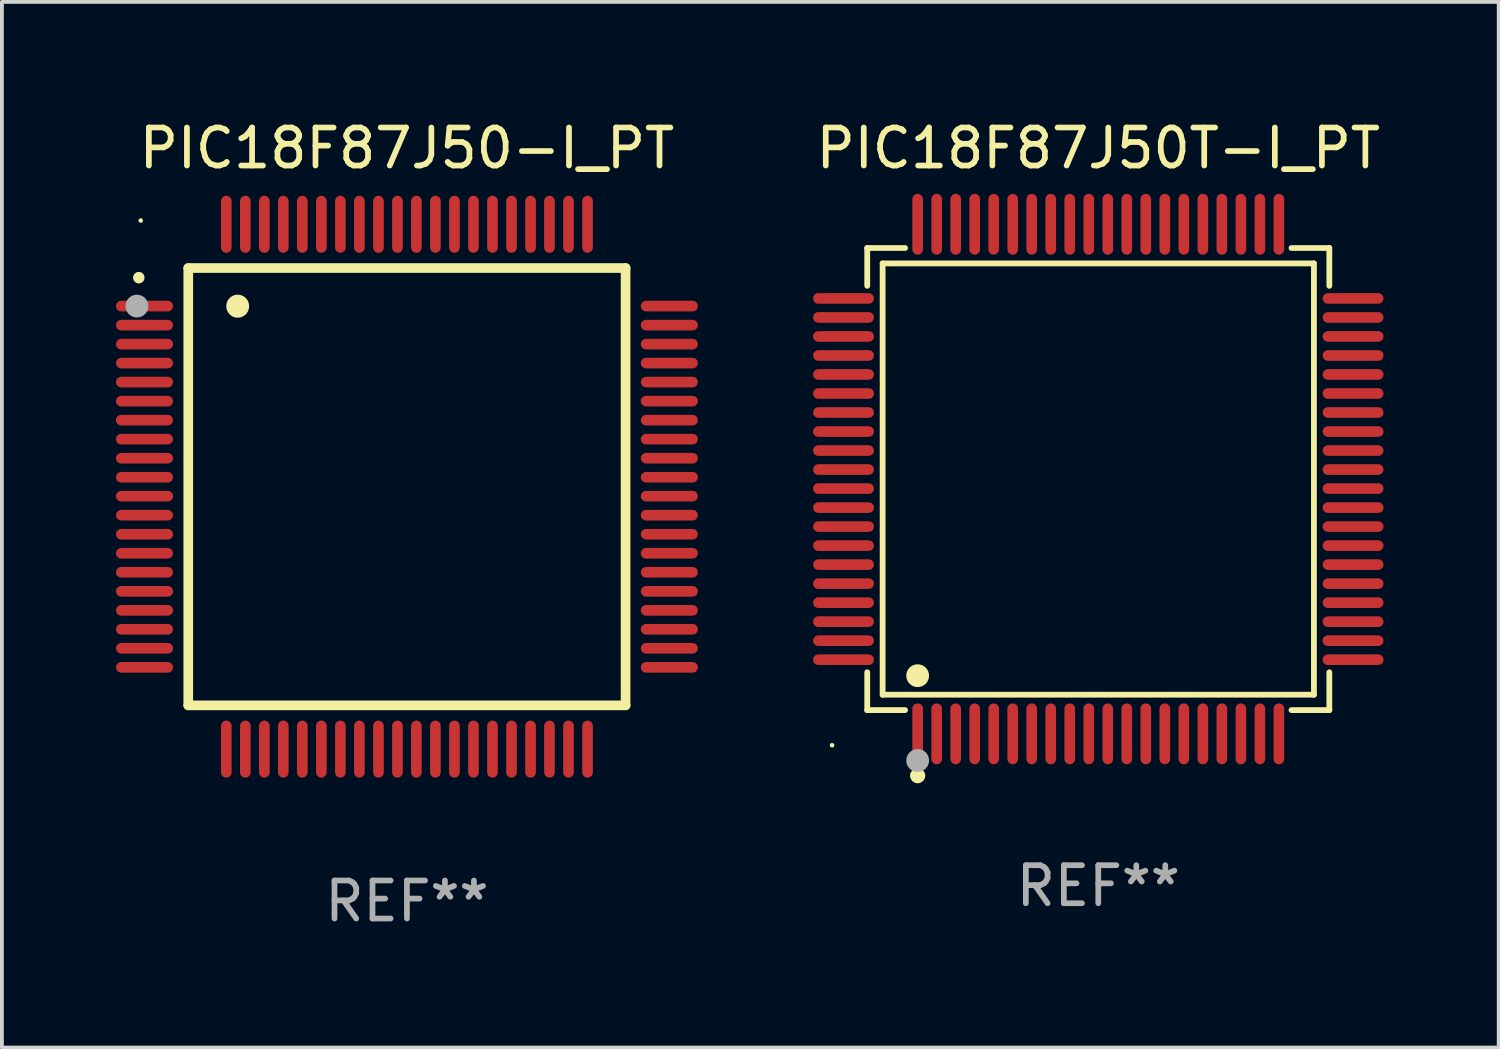
<source format=kicad_pcb>
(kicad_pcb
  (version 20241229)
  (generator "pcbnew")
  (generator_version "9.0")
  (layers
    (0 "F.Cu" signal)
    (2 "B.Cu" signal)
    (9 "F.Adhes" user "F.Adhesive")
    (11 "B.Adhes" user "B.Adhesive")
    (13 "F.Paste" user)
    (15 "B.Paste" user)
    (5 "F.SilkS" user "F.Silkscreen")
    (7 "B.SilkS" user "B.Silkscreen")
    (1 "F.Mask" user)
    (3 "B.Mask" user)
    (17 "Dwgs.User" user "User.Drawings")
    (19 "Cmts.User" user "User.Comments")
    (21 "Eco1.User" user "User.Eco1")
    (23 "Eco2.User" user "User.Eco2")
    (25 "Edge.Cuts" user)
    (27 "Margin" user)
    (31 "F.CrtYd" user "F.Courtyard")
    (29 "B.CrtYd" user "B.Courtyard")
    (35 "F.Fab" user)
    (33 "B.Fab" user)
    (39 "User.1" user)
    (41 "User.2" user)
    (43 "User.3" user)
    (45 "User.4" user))
  (footprint "PIC18F87J50T-I_PT"
    (layer "F.Cu")
    (at 25.832 9.548)
    (property "Reference" "PIC18F87J50T-I_PT" (at 0 -8.7 0) (layer "F.SilkS") (effects (font (size 1 1) (thickness 0.15))))
    (attr through_hole)
    (fp_line (start -6.076 -6.076) (end -5.081 -6.076) (stroke (width 0.152) (type solid)) (layer "F.SilkS"))
    (fp_line (start -6.076 -5.081) (end -6.076 -6.076) (stroke (width 0.152) (type solid)) (layer "F.SilkS"))
    (fp_line (start -6.076 5.081) (end -6.076 6.076) (stroke (width 0.152) (type solid)) (layer "F.SilkS"))
    (fp_line (start -6.076 6.076) (end -5.081 6.076) (stroke (width 0.152) (type solid)) (layer "F.SilkS"))
    (fp_line (start -5.671 -5.671) (end 5.671 -5.671) (stroke (width 0.152) (type solid)) (layer "F.SilkS"))
    (fp_line (start -5.671 5.671) (end -5.671 -5.671) (stroke (width 0.152) (type solid)) (layer "F.SilkS"))
    (fp_line (start 5.671 -5.671) (end 5.671 5.671) (stroke (width 0.152) (type solid)) (layer "F.SilkS"))
    (fp_line (start 5.671 5.671) (end -5.671 5.671) (stroke (width 0.152) (type solid)) (layer "F.SilkS"))
    (fp_line (start 6.076 -6.076) (end 5.081 -6.076) (stroke (width 0.152) (type solid)) (layer "F.SilkS"))
    (fp_line (start 6.076 -5.081) (end 6.076 -6.076) (stroke (width 0.152) (type solid)) (layer "F.SilkS"))
    (fp_line (start 6.076 5.081) (end 6.076 6.076) (stroke (width 0.152) (type solid)) (layer "F.SilkS"))
    (fp_line (start 6.076 6.076) (end 5.081 6.076) (stroke (width 0.152) (type solid)) (layer "F.SilkS"))
    (fp_circle (center -7 7) (end -6.97 7) (stroke (width 0.06) (type solid)) (fill no) (layer "F.SilkS"))
    (fp_circle (center -4.75 5.171) (end -4.6 5.171) (stroke (width 0.3) (type solid)) (fill no) (layer "F.SilkS"))
    (fp_circle (center -4.75 7.8) (end -4.65 7.8) (stroke (width 0.2) (type solid)) (fill no) (layer "F.SilkS"))
    (fp_circle (center -4.75 7.4) (end -4.6 7.4) (stroke (width 0.3) (type solid)) (fill no) (layer "F.Fab"))
    (fp_text user "REF**" (at 0 10.7 0) (layer "F.Fab") (effects (font (size 1 1) (thickness 0.15))))
    (pad "1" smd oval (at -4.75 6.7) (size 0.28 1.6) (layers "F.Cu" "F.Mask" "F.Paste"))
    (pad "2" smd oval (at -4.25 6.7) (size 0.28 1.6) (layers "F.Cu" "F.Mask" "F.Paste"))
    (pad "3" smd oval (at -3.75 6.7) (size 0.28 1.6) (layers "F.Cu" "F.Mask" "F.Paste"))
    (pad "4" smd oval (at -3.25 6.7) (size 0.28 1.6) (layers "F.Cu" "F.Mask" "F.Paste"))
    (pad "5" smd oval (at -2.75 6.7) (size 0.28 1.6) (layers "F.Cu" "F.Mask" "F.Paste"))
    (pad "6" smd oval (at -2.25 6.7) (size 0.28 1.6) (layers "F.Cu" "F.Mask" "F.Paste"))
    (pad "7" smd oval (at -1.75 6.7) (size 0.28 1.6) (layers "F.Cu" "F.Mask" "F.Paste"))
    (pad "8" smd oval (at -1.25 6.7) (size 0.28 1.6) (layers "F.Cu" "F.Mask" "F.Paste"))
    (pad "9" smd oval (at -0.75 6.7) (size 0.28 1.6) (layers "F.Cu" "F.Mask" "F.Paste"))
    (pad "10" smd oval (at -0.25 6.7) (size 0.28 1.6) (layers "F.Cu" "F.Mask" "F.Paste"))
    (pad "11" smd oval (at 0.25 6.7) (size 0.28 1.6) (layers "F.Cu" "F.Mask" "F.Paste"))
    (pad "12" smd oval (at 0.75 6.7) (size 0.28 1.6) (layers "F.Cu" "F.Mask" "F.Paste"))
    (pad "13" smd oval (at 1.25 6.7) (size 0.28 1.6) (layers "F.Cu" "F.Mask" "F.Paste"))
    (pad "14" smd oval (at 1.75 6.7) (size 0.28 1.6) (layers "F.Cu" "F.Mask" "F.Paste"))
    (pad "15" smd oval (at 2.25 6.7) (size 0.28 1.6) (layers "F.Cu" "F.Mask" "F.Paste"))
    (pad "16" smd oval (at 2.75 6.7) (size 0.28 1.6) (layers "F.Cu" "F.Mask" "F.Paste"))
    (pad "17" smd oval (at 3.25 6.7) (size 0.28 1.6) (layers "F.Cu" "F.Mask" "F.Paste"))
    (pad "18" smd oval (at 3.75 6.7) (size 0.28 1.6) (layers "F.Cu" "F.Mask" "F.Paste"))
    (pad "19" smd oval (at 4.25 6.7) (size 0.28 1.6) (layers "F.Cu" "F.Mask" "F.Paste"))
    (pad "20" smd oval (at 4.75 6.7) (size 0.28 1.6) (layers "F.Cu" "F.Mask" "F.Paste"))
    (pad "21" smd oval (at 6.7 4.75) (size 1.6 0.28) (layers "F.Cu" "F.Mask" "F.Paste"))
    (pad "22" smd oval (at 6.7 4.25) (size 1.6 0.28) (layers "F.Cu" "F.Mask" "F.Paste"))
    (pad "23" smd oval (at 6.7 3.75) (size 1.6 0.28) (layers "F.Cu" "F.Mask" "F.Paste"))
    (pad "24" smd oval (at 6.7 3.25) (size 1.6 0.28) (layers "F.Cu" "F.Mask" "F.Paste"))
    (pad "25" smd oval (at 6.7 2.75) (size 1.6 0.28) (layers "F.Cu" "F.Mask" "F.Paste"))
    (pad "26" smd oval (at 6.7 2.25) (size 1.6 0.28) (layers "F.Cu" "F.Mask" "F.Paste"))
    (pad "27" smd oval (at 6.7 1.75) (size 1.6 0.28) (layers "F.Cu" "F.Mask" "F.Paste"))
    (pad "28" smd oval (at 6.7 1.25) (size 1.6 0.28) (layers "F.Cu" "F.Mask" "F.Paste"))
    (pad "29" smd oval (at 6.7 0.75) (size 1.6 0.28) (layers "F.Cu" "F.Mask" "F.Paste"))
    (pad "30" smd oval (at 6.7 0.25) (size 1.6 0.28) (layers "F.Cu" "F.Mask" "F.Paste"))
    (pad "31" smd oval (at 6.7 -0.25) (size 1.6 0.28) (layers "F.Cu" "F.Mask" "F.Paste"))
    (pad "32" smd oval (at 6.7 -0.75) (size 1.6 0.28) (layers "F.Cu" "F.Mask" "F.Paste"))
    (pad "33" smd oval (at 6.7 -1.25) (size 1.6 0.28) (layers "F.Cu" "F.Mask" "F.Paste"))
    (pad "34" smd oval (at 6.7 -1.75) (size 1.6 0.28) (layers "F.Cu" "F.Mask" "F.Paste"))
    (pad "35" smd oval (at 6.7 -2.25) (size 1.6 0.28) (layers "F.Cu" "F.Mask" "F.Paste"))
    (pad "36" smd oval (at 6.7 -2.75) (size 1.6 0.28) (layers "F.Cu" "F.Mask" "F.Paste"))
    (pad "37" smd oval (at 6.7 -3.25) (size 1.6 0.28) (layers "F.Cu" "F.Mask" "F.Paste"))
    (pad "38" smd oval (at 6.7 -3.75) (size 1.6 0.28) (layers "F.Cu" "F.Mask" "F.Paste"))
    (pad "39" smd oval (at 6.7 -4.25) (size 1.6 0.28) (layers "F.Cu" "F.Mask" "F.Paste"))
    (pad "40" smd oval (at 6.7 -4.75) (size 1.6 0.28) (layers "F.Cu" "F.Mask" "F.Paste"))
    (pad "41" smd oval (at 4.75 -6.7) (size 0.28 1.6) (layers "F.Cu" "F.Mask" "F.Paste"))
    (pad "42" smd oval (at 4.25 -6.7) (size 0.28 1.6) (layers "F.Cu" "F.Mask" "F.Paste"))
    (pad "43" smd oval (at 3.75 -6.7) (size 0.28 1.6) (layers "F.Cu" "F.Mask" "F.Paste"))
    (pad "44" smd oval (at 3.25 -6.7) (size 0.28 1.6) (layers "F.Cu" "F.Mask" "F.Paste"))
    (pad "45" smd oval (at 2.75 -6.7) (size 0.28 1.6) (layers "F.Cu" "F.Mask" "F.Paste"))
    (pad "46" smd oval (at 2.25 -6.7) (size 0.28 1.6) (layers "F.Cu" "F.Mask" "F.Paste"))
    (pad "47" smd oval (at 1.75 -6.7) (size 0.28 1.6) (layers "F.Cu" "F.Mask" "F.Paste"))
    (pad "48" smd oval (at 1.25 -6.7) (size 0.28 1.6) (layers "F.Cu" "F.Mask" "F.Paste"))
    (pad "49" smd oval (at 0.75 -6.7) (size 0.28 1.6) (layers "F.Cu" "F.Mask" "F.Paste"))
    (pad "50" smd oval (at 0.25 -6.7) (size 0.28 1.6) (layers "F.Cu" "F.Mask" "F.Paste"))
    (pad "51" smd oval (at -0.25 -6.7) (size 0.28 1.6) (layers "F.Cu" "F.Mask" "F.Paste"))
    (pad "52" smd oval (at -0.75 -6.7) (size 0.28 1.6) (layers "F.Cu" "F.Mask" "F.Paste"))
    (pad "53" smd oval (at -1.25 -6.7) (size 0.28 1.6) (layers "F.Cu" "F.Mask" "F.Paste"))
    (pad "54" smd oval (at -1.75 -6.7) (size 0.28 1.6) (layers "F.Cu" "F.Mask" "F.Paste"))
    (pad "55" smd oval (at -2.25 -6.7) (size 0.28 1.6) (layers "F.Cu" "F.Mask" "F.Paste"))
    (pad "56" smd oval (at -2.75 -6.7) (size 0.28 1.6) (layers "F.Cu" "F.Mask" "F.Paste"))
    (pad "57" smd oval (at -3.25 -6.7) (size 0.28 1.6) (layers "F.Cu" "F.Mask" "F.Paste"))
    (pad "58" smd oval (at -3.75 -6.7) (size 0.28 1.6) (layers "F.Cu" "F.Mask" "F.Paste"))
    (pad "59" smd oval (at -4.25 -6.7) (size 0.28 1.6) (layers "F.Cu" "F.Mask" "F.Paste"))
    (pad "60" smd oval (at -4.75 -6.7) (size 0.28 1.6) (layers "F.Cu" "F.Mask" "F.Paste"))
    (pad "61" smd oval (at -6.7 -4.75) (size 1.6 0.28) (layers "F.Cu" "F.Mask" "F.Paste"))
    (pad "62" smd oval (at -6.7 -4.25) (size 1.6 0.28) (layers "F.Cu" "F.Mask" "F.Paste"))
    (pad "63" smd oval (at -6.7 -3.75) (size 1.6 0.28) (layers "F.Cu" "F.Mask" "F.Paste"))
    (pad "64" smd oval (at -6.7 -3.25) (size 1.6 0.28) (layers "F.Cu" "F.Mask" "F.Paste"))
    (pad "65" smd oval (at -6.7 -2.75) (size 1.6 0.28) (layers "F.Cu" "F.Mask" "F.Paste"))
    (pad "66" smd oval (at -6.7 -2.25) (size 1.6 0.28) (layers "F.Cu" "F.Mask" "F.Paste"))
    (pad "67" smd oval (at -6.7 -1.75) (size 1.6 0.28) (layers "F.Cu" "F.Mask" "F.Paste"))
    (pad "68" smd oval (at -6.7 -1.25) (size 1.6 0.28) (layers "F.Cu" "F.Mask" "F.Paste"))
    (pad "69" smd oval (at -6.7 -0.75) (size 1.6 0.28) (layers "F.Cu" "F.Mask" "F.Paste"))
    (pad "70" smd oval (at -6.7 -0.25) (size 1.6 0.28) (layers "F.Cu" "F.Mask" "F.Paste"))
    (pad "71" smd oval (at -6.7 0.25) (size 1.6 0.28) (layers "F.Cu" "F.Mask" "F.Paste"))
    (pad "72" smd oval (at -6.7 0.75) (size 1.6 0.28) (layers "F.Cu" "F.Mask" "F.Paste"))
    (pad "73" smd oval (at -6.7 1.25) (size 1.6 0.28) (layers "F.Cu" "F.Mask" "F.Paste"))
    (pad "74" smd oval (at -6.7 1.75) (size 1.6 0.28) (layers "F.Cu" "F.Mask" "F.Paste"))
    (pad "75" smd oval (at -6.7 2.25) (size 1.6 0.28) (layers "F.Cu" "F.Mask" "F.Paste"))
    (pad "76" smd oval (at -6.7 2.75) (size 1.6 0.28) (layers "F.Cu" "F.Mask" "F.Paste"))
    (pad "77" smd oval (at -6.7 3.25) (size 1.6 0.28) (layers "F.Cu" "F.Mask" "F.Paste"))
    (pad "78" smd oval (at -6.7 3.75) (size 1.6 0.28) (layers "F.Cu" "F.Mask" "F.Paste"))
    (pad "79" smd oval (at -6.7 4.25) (size 1.6 0.28) (layers "F.Cu" "F.Mask" "F.Paste"))
    (pad "80" smd oval (at -6.7 4.75) (size 1.6 0.28) (layers "F.Cu" "F.Mask" "F.Paste")))
  (footprint "PIC18F87J50-I_PT"
    (layer "F.Cu")
    (at 7.651 9.749)
    (property "Reference" "PIC18F87J50-I_PT" (at 0 -8.901 0) (layer "F.SilkS") (effects (font (size 1 1) (thickness 0.15))))
    (attr through_hole)
    (fp_line (start -5.75 -5.75) (end 5.75 -5.75) (stroke (width 0.254) (type solid)) (layer "F.SilkS"))
    (fp_line (start -5.75 5.75) (end -5.75 -5.75) (stroke (width 0.254) (type solid)) (layer "F.SilkS"))
    (fp_line (start 5.75 -5.75) (end 5.75 5.75) (stroke (width 0.254) (type solid)) (layer "F.SilkS"))
    (fp_line (start 5.75 5.75) (end -5.75 5.75) (stroke (width 0.254) (type solid)) (layer "F.SilkS"))
    (fp_arc (start -7.05108 -5.496546) (mid -7.051085 -5.497816) (end -7.05108 -5.499086) (stroke (width 0.3) (type solid)) (layer "F.SilkS"))
    (fp_arc (start -4.450114 -4.744704) (mid -4.450125 -4.747244) (end -4.450114 -4.749784) (stroke (width 0.6) (type solid)) (layer "F.SilkS"))
    (fp_circle (center -7 -7) (end -6.97 -7) (stroke (width 0.06) (type solid)) (fill no) (layer "F.SilkS"))
    (fp_circle (center -7.1 -4.75) (end -6.95 -4.75) (stroke (width 0.3) (type solid)) (fill no) (layer "F.Fab"))
    (fp_text user "REF**" (at 0 10.901 0) (layer "F.Fab") (effects (font (size 1 1) (thickness 0.15))))
    (pad "1" smd oval (at -6.901 -4.75 90) (size 0.28 1.5) (layers "F.Cu" "F.Mask" "F.Paste"))
    (pad "2" smd oval (at -6.901 -4.249 90) (size 0.28 1.5) (layers "F.Cu" "F.Mask" "F.Paste"))
    (pad "3" smd oval (at -6.901 -3.749 90) (size 0.28 1.5) (layers "F.Cu" "F.Mask" "F.Paste"))
    (pad "4" smd oval (at -6.901 -3.251 90) (size 0.28 1.5) (layers "F.Cu" "F.Mask" "F.Paste"))
    (pad "5" smd oval (at -6.901 -2.751 90) (size 0.28 1.5) (layers "F.Cu" "F.Mask" "F.Paste"))
    (pad "6" smd oval (at -6.901 -2.25 90) (size 0.28 1.5) (layers "F.Cu" "F.Mask" "F.Paste"))
    (pad "7" smd oval (at -6.901 -1.75 90) (size 0.28 1.5) (layers "F.Cu" "F.Mask" "F.Paste"))
    (pad "8" smd oval (at -6.901 -1.25 90) (size 0.28 1.5) (layers "F.Cu" "F.Mask" "F.Paste"))
    (pad "9" smd oval (at -6.901 -0.749 90) (size 0.28 1.5) (layers "F.Cu" "F.Mask" "F.Paste"))
    (pad "10" smd oval (at -6.901 -0.249 90) (size 0.28 1.5) (layers "F.Cu" "F.Mask" "F.Paste"))
    (pad "11" smd oval (at -6.901 0.249 90) (size 0.28 1.5) (layers "F.Cu" "F.Mask" "F.Paste"))
    (pad "12" smd oval (at -6.901 0.749 90) (size 0.28 1.5) (layers "F.Cu" "F.Mask" "F.Paste"))
    (pad "13" smd oval (at -6.901 1.25 90) (size 0.28 1.5) (layers "F.Cu" "F.Mask" "F.Paste"))
    (pad "14" smd oval (at -6.901 1.75 90) (size 0.28 1.5) (layers "F.Cu" "F.Mask" "F.Paste"))
    (pad "15" smd oval (at -6.901 2.25 90) (size 0.28 1.5) (layers "F.Cu" "F.Mask" "F.Paste"))
    (pad "16" smd oval (at -6.901 2.751 90) (size 0.28 1.5) (layers "F.Cu" "F.Mask" "F.Paste"))
    (pad "17" smd oval (at -6.901 3.251 90) (size 0.28 1.5) (layers "F.Cu" "F.Mask" "F.Paste"))
    (pad "18" smd oval (at -6.901 3.749 90) (size 0.28 1.5) (layers "F.Cu" "F.Mask" "F.Paste"))
    (pad "19" smd oval (at -6.901 4.249 90) (size 0.28 1.5) (layers "F.Cu" "F.Mask" "F.Paste"))
    (pad "20" smd oval (at -6.901 4.75 270) (size 0.28 1.5) (layers "F.Cu" "F.Mask" "F.Paste"))
    (pad "21" smd oval (at -4.75 6.901 180) (size 0.28 1.5) (layers "F.Cu" "F.Mask" "F.Paste"))
    (pad "22" smd oval (at -4.249 6.901) (size 0.28 1.5) (layers "F.Cu" "F.Mask" "F.Paste"))
    (pad "23" smd oval (at -3.749 6.901) (size 0.28 1.5) (layers "F.Cu" "F.Mask" "F.Paste"))
    (pad "24" smd oval (at -3.251 6.901) (size 0.28 1.5) (layers "F.Cu" "F.Mask" "F.Paste"))
    (pad "25" smd oval (at -2.751 6.901) (size 0.28 1.5) (layers "F.Cu" "F.Mask" "F.Paste"))
    (pad "26" smd oval (at -2.25 6.901) (size 0.28 1.5) (layers "F.Cu" "F.Mask" "F.Paste"))
    (pad "27" smd oval (at -1.75 6.901) (size 0.28 1.5) (layers "F.Cu" "F.Mask" "F.Paste"))
    (pad "28" smd oval (at -1.25 6.901) (size 0.28 1.5) (layers "F.Cu" "F.Mask" "F.Paste"))
    (pad "29" smd oval (at -0.749 6.901) (size 0.28 1.5) (layers "F.Cu" "F.Mask" "F.Paste"))
    (pad "30" smd oval (at -0.249 6.901) (size 0.28 1.5) (layers "F.Cu" "F.Mask" "F.Paste"))
    (pad "31" smd oval (at 0.249 6.901) (size 0.28 1.5) (layers "F.Cu" "F.Mask" "F.Paste"))
    (pad "32" smd oval (at 0.749 6.901) (size 0.28 1.5) (layers "F.Cu" "F.Mask" "F.Paste"))
    (pad "33" smd oval (at 1.25 6.901) (size 0.28 1.5) (layers "F.Cu" "F.Mask" "F.Paste"))
    (pad "34" smd oval (at 1.75 6.901) (size 0.28 1.5) (layers "F.Cu" "F.Mask" "F.Paste"))
    (pad "35" smd oval (at 2.25 6.901) (size 0.28 1.5) (layers "F.Cu" "F.Mask" "F.Paste"))
    (pad "36" smd oval (at 2.751 6.901) (size 0.28 1.5) (layers "F.Cu" "F.Mask" "F.Paste"))
    (pad "37" smd oval (at 3.251 6.901) (size 0.28 1.5) (layers "F.Cu" "F.Mask" "F.Paste"))
    (pad "38" smd oval (at 3.749 6.901) (size 0.28 1.5) (layers "F.Cu" "F.Mask" "F.Paste"))
    (pad "39" smd oval (at 4.249 6.901) (size 0.28 1.5) (layers "F.Cu" "F.Mask" "F.Paste"))
    (pad "40" smd oval (at 4.75 6.901) (size 0.28 1.5) (layers "F.Cu" "F.Mask" "F.Paste"))
    (pad "41" smd oval (at 6.901 4.75 270) (size 0.28 1.5) (layers "F.Cu" "F.Mask" "F.Paste"))
    (pad "42" smd oval (at 6.901 4.249 90) (size 0.28 1.5) (layers "F.Cu" "F.Mask" "F.Paste"))
    (pad "43" smd oval (at 6.901 3.749 90) (size 0.28 1.5) (layers "F.Cu" "F.Mask" "F.Paste"))
    (pad "44" smd oval (at 6.901 3.251 90) (size 0.28 1.5) (layers "F.Cu" "F.Mask" "F.Paste"))
    (pad "45" smd oval (at 6.901 2.751 90) (size 0.28 1.5) (layers "F.Cu" "F.Mask" "F.Paste"))
    (pad "46" smd oval (at 6.901 2.25 90) (size 0.28 1.5) (layers "F.Cu" "F.Mask" "F.Paste"))
    (pad "47" smd oval (at 6.901 1.75 90) (size 0.28 1.5) (layers "F.Cu" "F.Mask" "F.Paste"))
    (pad "48" smd oval (at 6.901 1.25 90) (size 0.28 1.5) (layers "F.Cu" "F.Mask" "F.Paste"))
    (pad "49" smd oval (at 6.901 0.749 90) (size 0.28 1.5) (layers "F.Cu" "F.Mask" "F.Paste"))
    (pad "50" smd oval (at 6.901 0.249 90) (size 0.28 1.5) (layers "F.Cu" "F.Mask" "F.Paste"))
    (pad "51" smd oval (at 6.901 -0.249 90) (size 0.28 1.5) (layers "F.Cu" "F.Mask" "F.Paste"))
    (pad "52" smd oval (at 6.901 -0.749 90) (size 0.28 1.5) (layers "F.Cu" "F.Mask" "F.Paste"))
    (pad "53" smd oval (at 6.901 -1.25 90) (size 0.28 1.5) (layers "F.Cu" "F.Mask" "F.Paste"))
    (pad "54" smd oval (at 6.901 -1.75 90) (size 0.28 1.5) (layers "F.Cu" "F.Mask" "F.Paste"))
    (pad "55" smd oval (at 6.901 -2.25 90) (size 0.28 1.5) (layers "F.Cu" "F.Mask" "F.Paste"))
    (pad "56" smd oval (at 6.901 -2.751 90) (size 0.28 1.5) (layers "F.Cu" "F.Mask" "F.Paste"))
    (pad "57" smd oval (at 6.901 -3.251 90) (size 0.28 1.5) (layers "F.Cu" "F.Mask" "F.Paste"))
    (pad "58" smd oval (at 6.901 -3.749 90) (size 0.28 1.5) (layers "F.Cu" "F.Mask" "F.Paste"))
    (pad "59" smd oval (at 6.901 -4.249 90) (size 0.28 1.5) (layers "F.Cu" "F.Mask" "F.Paste"))
    (pad "60" smd oval (at 6.901 -4.75 90) (size 0.28 1.5) (layers "F.Cu" "F.Mask" "F.Paste"))
    (pad "61" smd oval (at 4.75 -6.901) (size 0.28 1.5) (layers "F.Cu" "F.Mask" "F.Paste"))
    (pad "62" smd oval (at 4.249 -6.901) (size 0.28 1.5) (layers "F.Cu" "F.Mask" "F.Paste"))
    (pad "63" smd oval (at 3.749 -6.901) (size 0.28 1.5) (layers "F.Cu" "F.Mask" "F.Paste"))
    (pad "64" smd oval (at 3.251 -6.901) (size 0.28 1.5) (layers "F.Cu" "F.Mask" "F.Paste"))
    (pad "65" smd oval (at 2.751 -6.901) (size 0.28 1.5) (layers "F.Cu" "F.Mask" "F.Paste"))
    (pad "66" smd oval (at 2.25 -6.901) (size 0.28 1.5) (layers "F.Cu" "F.Mask" "F.Paste"))
    (pad "67" smd oval (at 1.75 -6.901) (size 0.28 1.5) (layers "F.Cu" "F.Mask" "F.Paste"))
    (pad "68" smd oval (at 1.25 -6.901) (size 0.28 1.5) (layers "F.Cu" "F.Mask" "F.Paste"))
    (pad "69" smd oval (at 0.749 -6.901) (size 0.28 1.5) (layers "F.Cu" "F.Mask" "F.Paste"))
    (pad "70" smd oval (at 0.249 -6.901) (size 0.28 1.5) (layers "F.Cu" "F.Mask" "F.Paste"))
    (pad "71" smd oval (at -0.249 -6.901) (size 0.28 1.5) (layers "F.Cu" "F.Mask" "F.Paste"))
    (pad "72" smd oval (at -0.749 -6.901) (size 0.28 1.5) (layers "F.Cu" "F.Mask" "F.Paste"))
    (pad "73" smd oval (at -1.25 -6.901) (size 0.28 1.5) (layers "F.Cu" "F.Mask" "F.Paste"))
    (pad "74" smd oval (at -1.75 -6.901) (size 0.28 1.5) (layers "F.Cu" "F.Mask" "F.Paste"))
    (pad "75" smd oval (at -2.25 -6.901) (size 0.28 1.5) (layers "F.Cu" "F.Mask" "F.Paste"))
    (pad "76" smd oval (at -2.751 -6.901) (size 0.28 1.5) (layers "F.Cu" "F.Mask" "F.Paste"))
    (pad "77" smd oval (at -3.251 -6.901) (size 0.28 1.5) (layers "F.Cu" "F.Mask" "F.Paste"))
    (pad "78" smd oval (at -3.749 -6.901) (size 0.28 1.5) (layers "F.Cu" "F.Mask" "F.Paste"))
    (pad "79" smd oval (at -4.249 -6.901) (size 0.28 1.5) (layers "F.Cu" "F.Mask" "F.Paste"))
    (pad "80" smd oval (at -4.75 -6.901 180) (size 0.28 1.5) (layers "F.Cu" "F.Mask" "F.Paste")))
  (gr_rect
    (start -3 -3)
    (end 36.362 24.499)
    (stroke (width 0.1) (type default))
    (fill no)
    (layer "Edge.Cuts")))
</source>
